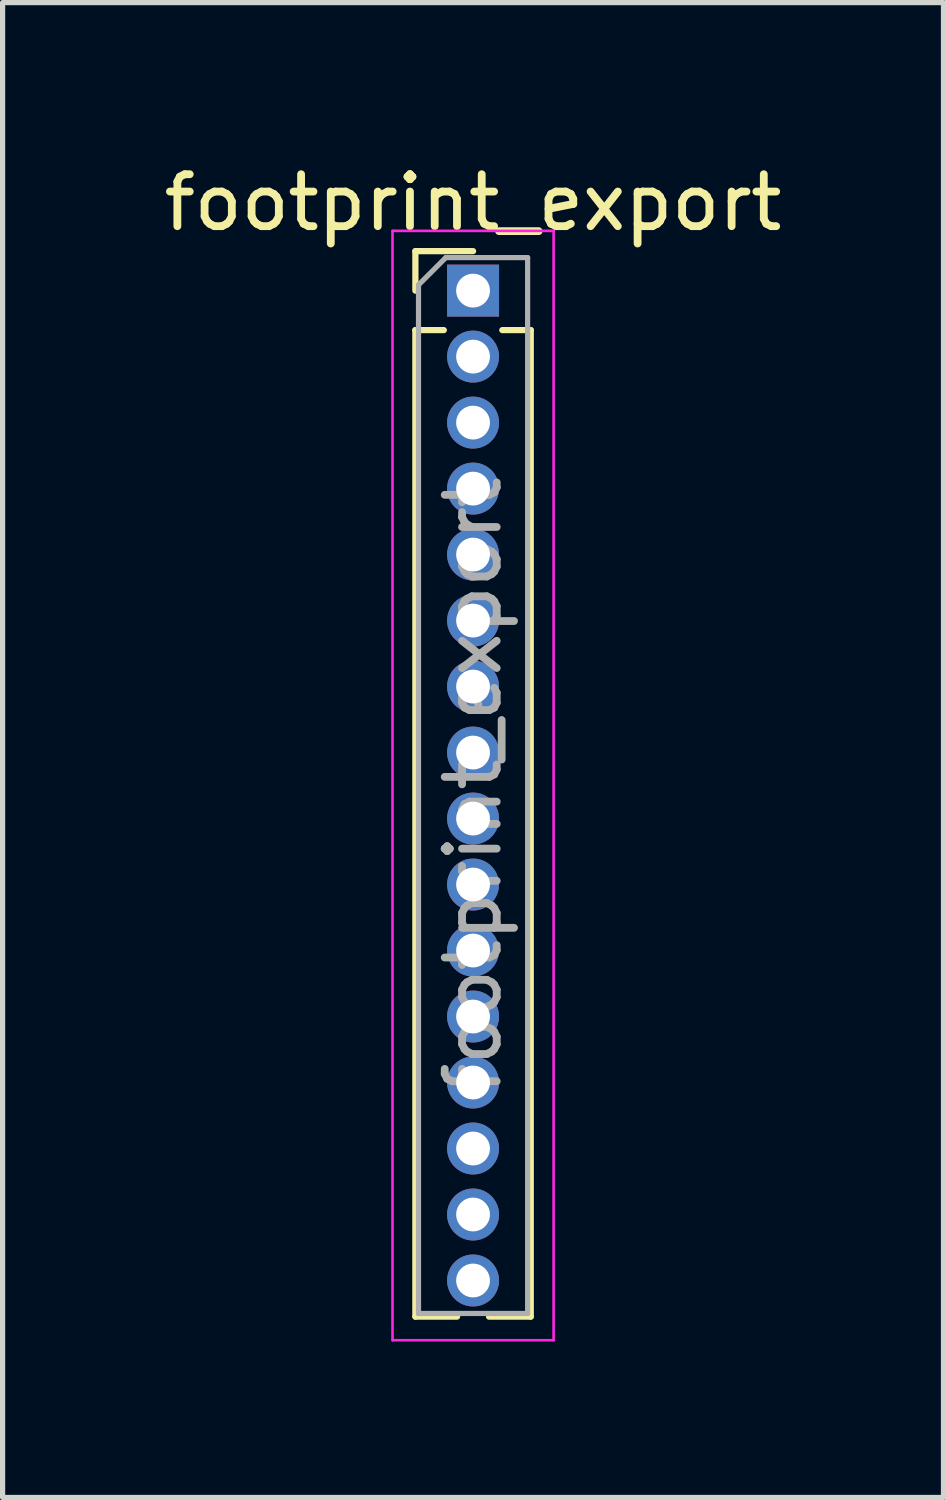
<source format=kicad_pcb>
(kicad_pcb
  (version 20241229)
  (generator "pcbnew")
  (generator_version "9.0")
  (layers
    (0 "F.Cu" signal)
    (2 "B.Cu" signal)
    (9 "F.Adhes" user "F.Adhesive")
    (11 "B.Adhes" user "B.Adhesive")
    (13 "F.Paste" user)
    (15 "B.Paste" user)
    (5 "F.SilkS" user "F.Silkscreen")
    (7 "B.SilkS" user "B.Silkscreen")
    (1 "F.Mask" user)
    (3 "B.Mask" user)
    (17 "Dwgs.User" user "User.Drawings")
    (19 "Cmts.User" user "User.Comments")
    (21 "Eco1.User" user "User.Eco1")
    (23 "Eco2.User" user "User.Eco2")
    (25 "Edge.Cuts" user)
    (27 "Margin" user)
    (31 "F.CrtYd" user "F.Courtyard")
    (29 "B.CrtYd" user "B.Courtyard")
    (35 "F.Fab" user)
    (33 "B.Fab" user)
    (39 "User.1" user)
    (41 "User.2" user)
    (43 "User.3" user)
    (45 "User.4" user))
  (footprint "footprint_export"
    (layer "F.Cu")
    (at 6.054 2.543)
    (property "Reference" "footprint_export" (at 0 -1.695 0) (layer "F.SilkS") (effects (font (size 1 1) (thickness 0.15))))
    (attr through_hole)
    (fp_line (start -1.11 -0.76) (end 0 -0.76) (stroke (width 0.12) (type solid)) (layer "F.SilkS"))
    (fp_line (start -1.11 0) (end -1.11 -0.76) (stroke (width 0.12) (type solid)) (layer "F.SilkS"))
    (fp_line (start -1.11 0.76) (end -1.11 19.745) (stroke (width 0.12) (type solid)) (layer "F.SilkS"))
    (fp_line (start -1.11 0.76) (end -0.563 0.76) (stroke (width 0.12) (type solid)) (layer "F.SilkS"))
    (fp_line (start -1.11 19.745) (end -0.308 19.745) (stroke (width 0.12) (type solid)) (layer "F.SilkS"))
    (fp_line (start 0.308 19.745) (end 1.11 19.745) (stroke (width 0.12) (type solid)) (layer "F.SilkS"))
    (fp_line (start 0.563 0.76) (end 1.11 0.76) (stroke (width 0.12) (type solid)) (layer "F.SilkS"))
    (fp_line (start 1.11 0.76) (end 1.11 19.745) (stroke (width 0.12) (type solid)) (layer "F.SilkS"))
    (fp_line (start -1.55 -1.15) (end -1.55 20.2) (stroke (width 0.05) (type solid)) (layer "F.CrtYd"))
    (fp_line (start -1.55 20.2) (end 1.55 20.2) (stroke (width 0.05) (type solid)) (layer "F.CrtYd"))
    (fp_line (start 1.55 -1.15) (end -1.55 -1.15) (stroke (width 0.05) (type solid)) (layer "F.CrtYd"))
    (fp_line (start 1.55 20.2) (end 1.55 -1.15) (stroke (width 0.05) (type solid)) (layer "F.CrtYd"))
    (fp_line (start -1.05 -0.11) (end -0.525 -0.635) (stroke (width 0.1) (type solid)) (layer "F.Fab"))
    (fp_line (start -1.05 19.685) (end -1.05 -0.11) (stroke (width 0.1) (type solid)) (layer "F.Fab"))
    (fp_line (start -0.525 -0.635) (end 1.05 -0.635) (stroke (width 0.1) (type solid)) (layer "F.Fab"))
    (fp_line (start 1.05 -0.635) (end 1.05 19.685) (stroke (width 0.1) (type solid)) (layer "F.Fab"))
    (fp_line (start 1.05 19.685) (end -1.05 19.685) (stroke (width 0.1) (type solid)) (layer "F.Fab"))
    (fp_text user "${REFERENCE}" (at 0 9.525 90) (layer "F.Fab") (effects (font (size 1 1) (thickness 0.15))))
    (pad "1" thru_hole rect (at 0 0) (size 1 1) (drill 0.65) (layers "*.Cu" "*.Mask"))
    (pad "2" thru_hole oval (at 0 1.27) (size 1 1) (drill 0.65) (layers "*.Cu" "*.Mask"))
    (pad "3" thru_hole oval (at 0 2.54) (size 1 1) (drill 0.65) (layers "*.Cu" "*.Mask"))
    (pad "4" thru_hole oval (at 0 3.81) (size 1 1) (drill 0.65) (layers "*.Cu" "*.Mask"))
    (pad "5" thru_hole oval (at 0 5.08) (size 1 1) (drill 0.65) (layers "*.Cu" "*.Mask"))
    (pad "6" thru_hole oval (at 0 6.35) (size 1 1) (drill 0.65) (layers "*.Cu" "*.Mask"))
    (pad "7" thru_hole oval (at 0 7.62) (size 1 1) (drill 0.65) (layers "*.Cu" "*.Mask"))
    (pad "8" thru_hole oval (at 0 8.89) (size 1 1) (drill 0.65) (layers "*.Cu" "*.Mask"))
    (pad "9" thru_hole oval (at 0 10.16) (size 1 1) (drill 0.65) (layers "*.Cu" "*.Mask"))
    (pad "10" thru_hole oval (at 0 11.43) (size 1 1) (drill 0.65) (layers "*.Cu" "*.Mask"))
    (pad "11" thru_hole oval (at 0 12.7) (size 1 1) (drill 0.65) (layers "*.Cu" "*.Mask"))
    (pad "12" thru_hole oval (at 0 13.97) (size 1 1) (drill 0.65) (layers "*.Cu" "*.Mask"))
    (pad "13" thru_hole oval (at 0 15.24) (size 1 1) (drill 0.65) (layers "*.Cu" "*.Mask"))
    (pad "14" thru_hole oval (at 0 16.51) (size 1 1) (drill 0.65) (layers "*.Cu" "*.Mask"))
    (pad "15" thru_hole oval (at 0 17.78) (size 1 1) (drill 0.65) (layers "*.Cu" "*.Mask"))
    (pad "16" thru_hole oval (at 0 19.05) (size 1 1) (drill 0.65) (layers "*.Cu" "*.Mask")))
  (gr_rect
    (start -3 -3)
    (end 15.107 25.768)
    (stroke (width 0.1) (type default))
    (fill no)
    (layer "Edge.Cuts")))
</source>
